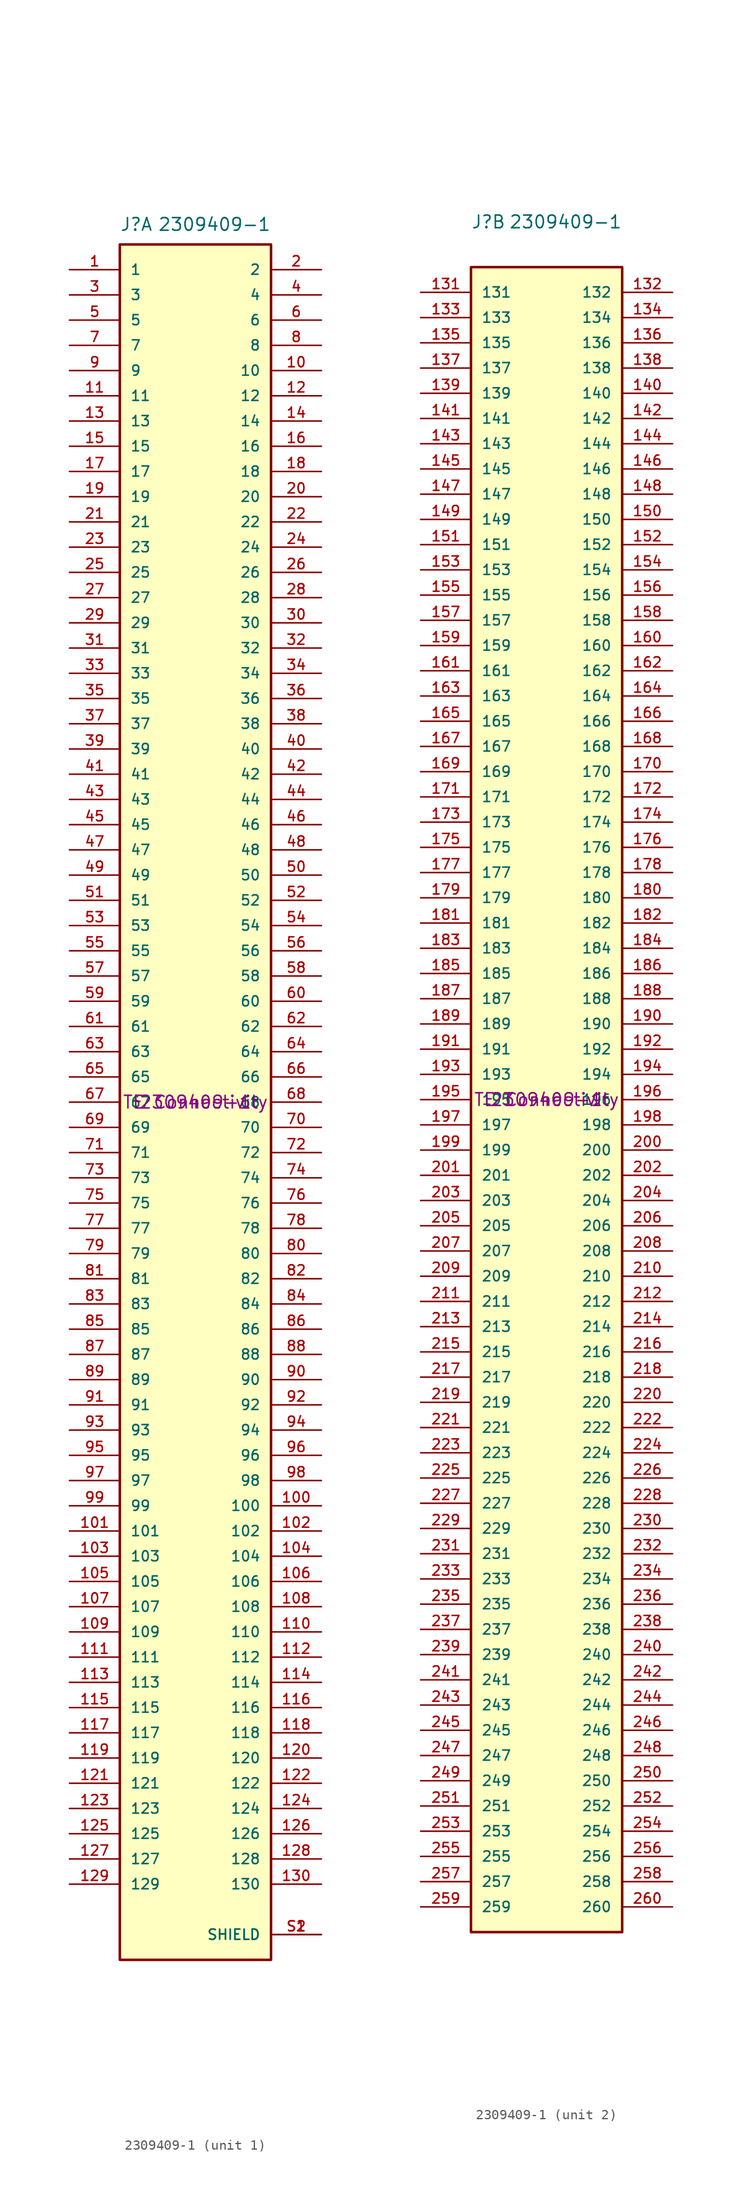
<source format=kicad_sym>
(kicad_symbol_lib
  (version 20211014)
  (generator kicad_symbol_editor)
  (symbol "2309409-1"
    (pin_names
      (offset 1.016))
    (property "Reference" "J"
      (at -7.62 87.63 0)
      (effects (font (size 1.27 1.27)) (justify left bottom)))
    (property "Value" "2309409-1"
      (at -3.81 87.63 0)
      (effects (font (size 1.27 1.27)) (justify left bottom)))
    (property "Manufacturer" "TE Connectivity"
      (at 0 0 0)
      (effects (font (size 1.27 1.27))))
    (property "MPN" "2309409-1"
      (at 0 0 0)
      (effects (font (size 1.27 1.27))))
    (property "ki_locked" ""
      (at 0 0 0)
      (effects (font (size 1.27 1.27))))
    (symbol "2309409-1_1_0"
      (pin passive line (at -12.7 83.82 0) (length 5.08) (name "1" (effects (font (size 1.016 1.016)))) (number "1" (effects (font (size 1.016 1.016)))))
      (pin passive line (at 12.7 73.66 180) (length 5.08) (name "10" (effects (font (size 1.016 1.016)))) (number "10" (effects (font (size 1.016 1.016)))))
      (pin passive line (at 12.7 -40.64 180) (length 5.08) (name "100" (effects (font (size 1.016 1.016)))) (number "100" (effects (font (size 1.016 1.016)))))
      (pin passive line (at -12.7 -43.18 0) (length 5.08) (name "101" (effects (font (size 1.016 1.016)))) (number "101" (effects (font (size 1.016 1.016)))))
      (pin passive line (at 12.7 -43.18 180) (length 5.08) (name "102" (effects (font (size 1.016 1.016)))) (number "102" (effects (font (size 1.016 1.016)))))
      (pin passive line (at -12.7 -45.72 0) (length 5.08) (name "103" (effects (font (size 1.016 1.016)))) (number "103" (effects (font (size 1.016 1.016)))))
      (pin passive line (at 12.7 -45.72 180) (length 5.08) (name "104" (effects (font (size 1.016 1.016)))) (number "104" (effects (font (size 1.016 1.016)))))
      (pin passive line (at -12.7 -48.26 0) (length 5.08) (name "105" (effects (font (size 1.016 1.016)))) (number "105" (effects (font (size 1.016 1.016)))))
      (pin passive line (at 12.7 -48.26 180) (length 5.08) (name "106" (effects (font (size 1.016 1.016)))) (number "106" (effects (font (size 1.016 1.016)))))
      (pin passive line (at -12.7 -50.8 0) (length 5.08) (name "107" (effects (font (size 1.016 1.016)))) (number "107" (effects (font (size 1.016 1.016)))))
      (pin passive line (at 12.7 -50.8 180) (length 5.08) (name "108" (effects (font (size 1.016 1.016)))) (number "108" (effects (font (size 1.016 1.016)))))
      (pin passive line (at -12.7 -53.34 0) (length 5.08) (name "109" (effects (font (size 1.016 1.016)))) (number "109" (effects (font (size 1.016 1.016)))))
      (pin passive line (at -12.7 71.12 0) (length 5.08) (name "11" (effects (font (size 1.016 1.016)))) (number "11" (effects (font (size 1.016 1.016)))))
      (pin passive line (at 12.7 -53.34 180) (length 5.08) (name "110" (effects (font (size 1.016 1.016)))) (number "110" (effects (font (size 1.016 1.016)))))
      (pin passive line (at -12.7 -55.88 0) (length 5.08) (name "111" (effects (font (size 1.016 1.016)))) (number "111" (effects (font (size 1.016 1.016)))))
      (pin passive line (at 12.7 -55.88 180) (length 5.08) (name "112" (effects (font (size 1.016 1.016)))) (number "112" (effects (font (size 1.016 1.016)))))
      (pin passive line (at -12.7 -58.42 0) (length 5.08) (name "113" (effects (font (size 1.016 1.016)))) (number "113" (effects (font (size 1.016 1.016)))))
      (pin passive line (at 12.7 -58.42 180) (length 5.08) (name "114" (effects (font (size 1.016 1.016)))) (number "114" (effects (font (size 1.016 1.016)))))
      (pin passive line (at -12.7 -60.96 0) (length 5.08) (name "115" (effects (font (size 1.016 1.016)))) (number "115" (effects (font (size 1.016 1.016)))))
      (pin passive line (at 12.7 -60.96 180) (length 5.08) (name "116" (effects (font (size 1.016 1.016)))) (number "116" (effects (font (size 1.016 1.016)))))
      (pin passive line (at -12.7 -63.5 0) (length 5.08) (name "117" (effects (font (size 1.016 1.016)))) (number "117" (effects (font (size 1.016 1.016)))))
      (pin passive line (at 12.7 -63.5 180) (length 5.08) (name "118" (effects (font (size 1.016 1.016)))) (number "118" (effects (font (size 1.016 1.016)))))
      (pin passive line (at -12.7 -66.04 0) (length 5.08) (name "119" (effects (font (size 1.016 1.016)))) (number "119" (effects (font (size 1.016 1.016)))))
      (pin passive line (at 12.7 71.12 180) (length 5.08) (name "12" (effects (font (size 1.016 1.016)))) (number "12" (effects (font (size 1.016 1.016)))))
      (pin passive line (at 12.7 -66.04 180) (length 5.08) (name "120" (effects (font (size 1.016 1.016)))) (number "120" (effects (font (size 1.016 1.016)))))
      (pin passive line (at -12.7 -68.58 0) (length 5.08) (name "121" (effects (font (size 1.016 1.016)))) (number "121" (effects (font (size 1.016 1.016)))))
      (pin passive line (at 12.7 -68.58 180) (length 5.08) (name "122" (effects (font (size 1.016 1.016)))) (number "122" (effects (font (size 1.016 1.016)))))
      (pin passive line (at -12.7 -71.12 0) (length 5.08) (name "123" (effects (font (size 1.016 1.016)))) (number "123" (effects (font (size 1.016 1.016)))))
      (pin passive line (at 12.7 -71.12 180) (length 5.08) (name "124" (effects (font (size 1.016 1.016)))) (number "124" (effects (font (size 1.016 1.016)))))
      (pin passive line (at -12.7 -73.66 0) (length 5.08) (name "125" (effects (font (size 1.016 1.016)))) (number "125" (effects (font (size 1.016 1.016)))))
      (pin passive line (at 12.7 -73.66 180) (length 5.08) (name "126" (effects (font (size 1.016 1.016)))) (number "126" (effects (font (size 1.016 1.016)))))
      (pin passive line (at -12.7 -76.2 0) (length 5.08) (name "127" (effects (font (size 1.016 1.016)))) (number "127" (effects (font (size 1.016 1.016)))))
      (pin passive line (at 12.7 -76.2 180) (length 5.08) (name "128" (effects (font (size 1.016 1.016)))) (number "128" (effects (font (size 1.016 1.016)))))
      (pin passive line (at -12.7 -78.74 0) (length 5.08) (name "129" (effects (font (size 1.016 1.016)))) (number "129" (effects (font (size 1.016 1.016)))))
      (pin passive line (at -12.7 68.58 0) (length 5.08) (name "13" (effects (font (size 1.016 1.016)))) (number "13" (effects (font (size 1.016 1.016)))))
      (pin passive line (at 12.7 -78.74 180) (length 5.08) (name "130" (effects (font (size 1.016 1.016)))) (number "130" (effects (font (size 1.016 1.016)))))
      (pin passive line (at 12.7 68.58 180) (length 5.08) (name "14" (effects (font (size 1.016 1.016)))) (number "14" (effects (font (size 1.016 1.016)))))
      (pin passive line (at -12.7 66.04 0) (length 5.08) (name "15" (effects (font (size 1.016 1.016)))) (number "15" (effects (font (size 1.016 1.016)))))
      (pin passive line (at 12.7 66.04 180) (length 5.08) (name "16" (effects (font (size 1.016 1.016)))) (number "16" (effects (font (size 1.016 1.016)))))
      (pin passive line (at -12.7 63.5 0) (length 5.08) (name "17" (effects (font (size 1.016 1.016)))) (number "17" (effects (font (size 1.016 1.016)))))
      (pin passive line (at 12.7 63.5 180) (length 5.08) (name "18" (effects (font (size 1.016 1.016)))) (number "18" (effects (font (size 1.016 1.016)))))
      (pin passive line (at -12.7 60.96 0) (length 5.08) (name "19" (effects (font (size 1.016 1.016)))) (number "19" (effects (font (size 1.016 1.016)))))
      (pin passive line (at 12.7 83.82 180) (length 5.08) (name "2" (effects (font (size 1.016 1.016)))) (number "2" (effects (font (size 1.016 1.016)))))
      (pin passive line (at 12.7 60.96 180) (length 5.08) (name "20" (effects (font (size 1.016 1.016)))) (number "20" (effects (font (size 1.016 1.016)))))
      (pin passive line (at -12.7 58.42 0) (length 5.08) (name "21" (effects (font (size 1.016 1.016)))) (number "21" (effects (font (size 1.016 1.016)))))
      (pin passive line (at 12.7 58.42 180) (length 5.08) (name "22" (effects (font (size 1.016 1.016)))) (number "22" (effects (font (size 1.016 1.016)))))
      (pin passive line (at -12.7 55.88 0) (length 5.08) (name "23" (effects (font (size 1.016 1.016)))) (number "23" (effects (font (size 1.016 1.016)))))
      (pin passive line (at 12.7 55.88 180) (length 5.08) (name "24" (effects (font (size 1.016 1.016)))) (number "24" (effects (font (size 1.016 1.016)))))
      (pin passive line (at -12.7 53.34 0) (length 5.08) (name "25" (effects (font (size 1.016 1.016)))) (number "25" (effects (font (size 1.016 1.016)))))
      (pin passive line (at 12.7 53.34 180) (length 5.08) (name "26" (effects (font (size 1.016 1.016)))) (number "26" (effects (font (size 1.016 1.016)))))
      (pin passive line (at -12.7 50.8 0) (length 5.08) (name "27" (effects (font (size 1.016 1.016)))) (number "27" (effects (font (size 1.016 1.016)))))
      (pin passive line (at 12.7 50.8 180) (length 5.08) (name "28" (effects (font (size 1.016 1.016)))) (number "28" (effects (font (size 1.016 1.016)))))
      (pin passive line (at -12.7 48.26 0) (length 5.08) (name "29" (effects (font (size 1.016 1.016)))) (number "29" (effects (font (size 1.016 1.016)))))
      (pin passive line (at -12.7 81.28 0) (length 5.08) (name "3" (effects (font (size 1.016 1.016)))) (number "3" (effects (font (size 1.016 1.016)))))
      (pin passive line (at 12.7 48.26 180) (length 5.08) (name "30" (effects (font (size 1.016 1.016)))) (number "30" (effects (font (size 1.016 1.016)))))
      (pin passive line (at -12.7 45.72 0) (length 5.08) (name "31" (effects (font (size 1.016 1.016)))) (number "31" (effects (font (size 1.016 1.016)))))
      (pin passive line (at 12.7 45.72 180) (length 5.08) (name "32" (effects (font (size 1.016 1.016)))) (number "32" (effects (font (size 1.016 1.016)))))
      (pin passive line (at -12.7 43.18 0) (length 5.08) (name "33" (effects (font (size 1.016 1.016)))) (number "33" (effects (font (size 1.016 1.016)))))
      (pin passive line (at 12.7 43.18 180) (length 5.08) (name "34" (effects (font (size 1.016 1.016)))) (number "34" (effects (font (size 1.016 1.016)))))
      (pin passive line (at -12.7 40.64 0) (length 5.08) (name "35" (effects (font (size 1.016 1.016)))) (number "35" (effects (font (size 1.016 1.016)))))
      (pin passive line (at 12.7 40.64 180) (length 5.08) (name "36" (effects (font (size 1.016 1.016)))) (number "36" (effects (font (size 1.016 1.016)))))
      (pin passive line (at -12.7 38.1 0) (length 5.08) (name "37" (effects (font (size 1.016 1.016)))) (number "37" (effects (font (size 1.016 1.016)))))
      (pin passive line (at 12.7 38.1 180) (length 5.08) (name "38" (effects (font (size 1.016 1.016)))) (number "38" (effects (font (size 1.016 1.016)))))
      (pin passive line (at -12.7 35.56 0) (length 5.08) (name "39" (effects (font (size 1.016 1.016)))) (number "39" (effects (font (size 1.016 1.016)))))
      (pin passive line (at 12.7 81.28 180) (length 5.08) (name "4" (effects (font (size 1.016 1.016)))) (number "4" (effects (font (size 1.016 1.016)))))
      (pin passive line (at 12.7 35.56 180) (length 5.08) (name "40" (effects (font (size 1.016 1.016)))) (number "40" (effects (font (size 1.016 1.016)))))
      (pin passive line (at -12.7 33.02 0) (length 5.08) (name "41" (effects (font (size 1.016 1.016)))) (number "41" (effects (font (size 1.016 1.016)))))
      (pin passive line (at 12.7 33.02 180) (length 5.08) (name "42" (effects (font (size 1.016 1.016)))) (number "42" (effects (font (size 1.016 1.016)))))
      (pin passive line (at -12.7 30.48 0) (length 5.08) (name "43" (effects (font (size 1.016 1.016)))) (number "43" (effects (font (size 1.016 1.016)))))
      (pin passive line (at 12.7 30.48 180) (length 5.08) (name "44" (effects (font (size 1.016 1.016)))) (number "44" (effects (font (size 1.016 1.016)))))
      (pin passive line (at -12.7 27.94 0) (length 5.08) (name "45" (effects (font (size 1.016 1.016)))) (number "45" (effects (font (size 1.016 1.016)))))
      (pin passive line (at 12.7 27.94 180) (length 5.08) (name "46" (effects (font (size 1.016 1.016)))) (number "46" (effects (font (size 1.016 1.016)))))
      (pin passive line (at -12.7 25.4 0) (length 5.08) (name "47" (effects (font (size 1.016 1.016)))) (number "47" (effects (font (size 1.016 1.016)))))
      (pin passive line (at 12.7 25.4 180) (length 5.08) (name "48" (effects (font (size 1.016 1.016)))) (number "48" (effects (font (size 1.016 1.016)))))
      (pin passive line (at -12.7 22.86 0) (length 5.08) (name "49" (effects (font (size 1.016 1.016)))) (number "49" (effects (font (size 1.016 1.016)))))
      (pin passive line (at -12.7 78.74 0) (length 5.08) (name "5" (effects (font (size 1.016 1.016)))) (number "5" (effects (font (size 1.016 1.016)))))
      (pin passive line (at 12.7 22.86 180) (length 5.08) (name "50" (effects (font (size 1.016 1.016)))) (number "50" (effects (font (size 1.016 1.016)))))
      (pin passive line (at -12.7 20.32 0) (length 5.08) (name "51" (effects (font (size 1.016 1.016)))) (number "51" (effects (font (size 1.016 1.016)))))
      (pin passive line (at 12.7 20.32 180) (length 5.08) (name "52" (effects (font (size 1.016 1.016)))) (number "52" (effects (font (size 1.016 1.016)))))
      (pin passive line (at -12.7 17.78 0) (length 5.08) (name "53" (effects (font (size 1.016 1.016)))) (number "53" (effects (font (size 1.016 1.016)))))
      (pin passive line (at 12.7 17.78 180) (length 5.08) (name "54" (effects (font (size 1.016 1.016)))) (number "54" (effects (font (size 1.016 1.016)))))
      (pin passive line (at -12.7 15.24 0) (length 5.08) (name "55" (effects (font (size 1.016 1.016)))) (number "55" (effects (font (size 1.016 1.016)))))
      (pin passive line (at 12.7 15.24 180) (length 5.08) (name "56" (effects (font (size 1.016 1.016)))) (number "56" (effects (font (size 1.016 1.016)))))
      (pin passive line (at -12.7 12.7 0) (length 5.08) (name "57" (effects (font (size 1.016 1.016)))) (number "57" (effects (font (size 1.016 1.016)))))
      (pin passive line (at 12.7 12.7 180) (length 5.08) (name "58" (effects (font (size 1.016 1.016)))) (number "58" (effects (font (size 1.016 1.016)))))
      (pin passive line (at -12.7 10.16 0) (length 5.08) (name "59" (effects (font (size 1.016 1.016)))) (number "59" (effects (font (size 1.016 1.016)))))
      (pin passive line (at 12.7 78.74 180) (length 5.08) (name "6" (effects (font (size 1.016 1.016)))) (number "6" (effects (font (size 1.016 1.016)))))
      (pin passive line (at 12.7 10.16 180) (length 5.08) (name "60" (effects (font (size 1.016 1.016)))) (number "60" (effects (font (size 1.016 1.016)))))
      (pin passive line (at -12.7 7.62 0) (length 5.08) (name "61" (effects (font (size 1.016 1.016)))) (number "61" (effects (font (size 1.016 1.016)))))
      (pin passive line (at 12.7 7.62 180) (length 5.08) (name "62" (effects (font (size 1.016 1.016)))) (number "62" (effects (font (size 1.016 1.016)))))
      (pin passive line (at -12.7 5.08 0) (length 5.08) (name "63" (effects (font (size 1.016 1.016)))) (number "63" (effects (font (size 1.016 1.016)))))
      (pin passive line (at 12.7 5.08 180) (length 5.08) (name "64" (effects (font (size 1.016 1.016)))) (number "64" (effects (font (size 1.016 1.016)))))
      (pin passive line (at -12.7 2.54 0) (length 5.08) (name "65" (effects (font (size 1.016 1.016)))) (number "65" (effects (font (size 1.016 1.016)))))
      (pin passive line (at 12.7 2.54 180) (length 5.08) (name "66" (effects (font (size 1.016 1.016)))) (number "66" (effects (font (size 1.016 1.016)))))
      (pin passive line (at -12.7 0 0) (length 5.08) (name "67" (effects (font (size 1.016 1.016)))) (number "67" (effects (font (size 1.016 1.016)))))
      (pin passive line (at 12.7 0 180) (length 5.08) (name "68" (effects (font (size 1.016 1.016)))) (number "68" (effects (font (size 1.016 1.016)))))
      (pin passive line (at -12.7 -2.54 0) (length 5.08) (name "69" (effects (font (size 1.016 1.016)))) (number "69" (effects (font (size 1.016 1.016)))))
      (pin passive line (at -12.7 76.2 0) (length 5.08) (name "7" (effects (font (size 1.016 1.016)))) (number "7" (effects (font (size 1.016 1.016)))))
      (pin passive line (at 12.7 -2.54 180) (length 5.08) (name "70" (effects (font (size 1.016 1.016)))) (number "70" (effects (font (size 1.016 1.016)))))
      (pin passive line (at -12.7 -5.08 0) (length 5.08) (name "71" (effects (font (size 1.016 1.016)))) (number "71" (effects (font (size 1.016 1.016)))))
      (pin passive line (at 12.7 -5.08 180) (length 5.08) (name "72" (effects (font (size 1.016 1.016)))) (number "72" (effects (font (size 1.016 1.016)))))
      (pin passive line (at -12.7 -7.62 0) (length 5.08) (name "73" (effects (font (size 1.016 1.016)))) (number "73" (effects (font (size 1.016 1.016)))))
      (pin passive line (at 12.7 -7.62 180) (length 5.08) (name "74" (effects (font (size 1.016 1.016)))) (number "74" (effects (font (size 1.016 1.016)))))
      (pin passive line (at -12.7 -10.16 0) (length 5.08) (name "75" (effects (font (size 1.016 1.016)))) (number "75" (effects (font (size 1.016 1.016)))))
      (pin passive line (at 12.7 -10.16 180) (length 5.08) (name "76" (effects (font (size 1.016 1.016)))) (number "76" (effects (font (size 1.016 1.016)))))
      (pin passive line (at -12.7 -12.7 0) (length 5.08) (name "77" (effects (font (size 1.016 1.016)))) (number "77" (effects (font (size 1.016 1.016)))))
      (pin passive line (at 12.7 -12.7 180) (length 5.08) (name "78" (effects (font (size 1.016 1.016)))) (number "78" (effects (font (size 1.016 1.016)))))
      (pin passive line (at -12.7 -15.24 0) (length 5.08) (name "79" (effects (font (size 1.016 1.016)))) (number "79" (effects (font (size 1.016 1.016)))))
      (pin passive line (at 12.7 76.2 180) (length 5.08) (name "8" (effects (font (size 1.016 1.016)))) (number "8" (effects (font (size 1.016 1.016)))))
      (pin passive line (at 12.7 -15.24 180) (length 5.08) (name "80" (effects (font (size 1.016 1.016)))) (number "80" (effects (font (size 1.016 1.016)))))
      (pin passive line (at -12.7 -17.78 0) (length 5.08) (name "81" (effects (font (size 1.016 1.016)))) (number "81" (effects (font (size 1.016 1.016)))))
      (pin passive line (at 12.7 -17.78 180) (length 5.08) (name "82" (effects (font (size 1.016 1.016)))) (number "82" (effects (font (size 1.016 1.016)))))
      (pin passive line (at -12.7 -20.32 0) (length 5.08) (name "83" (effects (font (size 1.016 1.016)))) (number "83" (effects (font (size 1.016 1.016)))))
      (pin passive line (at 12.7 -20.32 180) (length 5.08) (name "84" (effects (font (size 1.016 1.016)))) (number "84" (effects (font (size 1.016 1.016)))))
      (pin passive line (at -12.7 -22.86 0) (length 5.08) (name "85" (effects (font (size 1.016 1.016)))) (number "85" (effects (font (size 1.016 1.016)))))
      (pin passive line (at 12.7 -22.86 180) (length 5.08) (name "86" (effects (font (size 1.016 1.016)))) (number "86" (effects (font (size 1.016 1.016)))))
      (pin passive line (at -12.7 -25.4 0) (length 5.08) (name "87" (effects (font (size 1.016 1.016)))) (number "87" (effects (font (size 1.016 1.016)))))
      (pin passive line (at 12.7 -25.4 180) (length 5.08) (name "88" (effects (font (size 1.016 1.016)))) (number "88" (effects (font (size 1.016 1.016)))))
      (pin passive line (at -12.7 -27.94 0) (length 5.08) (name "89" (effects (font (size 1.016 1.016)))) (number "89" (effects (font (size 1.016 1.016)))))
      (pin passive line (at -12.7 73.66 0) (length 5.08) (name "9" (effects (font (size 1.016 1.016)))) (number "9" (effects (font (size 1.016 1.016)))))
      (pin passive line (at 12.7 -27.94 180) (length 5.08) (name "90" (effects (font (size 1.016 1.016)))) (number "90" (effects (font (size 1.016 1.016)))))
      (pin passive line (at -12.7 -30.48 0) (length 5.08) (name "91" (effects (font (size 1.016 1.016)))) (number "91" (effects (font (size 1.016 1.016)))))
      (pin passive line (at 12.7 -30.48 180) (length 5.08) (name "92" (effects (font (size 1.016 1.016)))) (number "92" (effects (font (size 1.016 1.016)))))
      (pin passive line (at -12.7 -33.02 0) (length 5.08) (name "93" (effects (font (size 1.016 1.016)))) (number "93" (effects (font (size 1.016 1.016)))))
      (pin passive line (at 12.7 -33.02 180) (length 5.08) (name "94" (effects (font (size 1.016 1.016)))) (number "94" (effects (font (size 1.016 1.016)))))
      (pin passive line (at -12.7 -35.56 0) (length 5.08) (name "95" (effects (font (size 1.016 1.016)))) (number "95" (effects (font (size 1.016 1.016)))))
      (pin passive line (at 12.7 -35.56 180) (length 5.08) (name "96" (effects (font (size 1.016 1.016)))) (number "96" (effects (font (size 1.016 1.016)))))
      (pin passive line (at -12.7 -38.1 0) (length 5.08) (name "97" (effects (font (size 1.016 1.016)))) (number "97" (effects (font (size 1.016 1.016)))))
      (pin passive line (at 12.7 -38.1 180) (length 5.08) (name "98" (effects (font (size 1.016 1.016)))) (number "98" (effects (font (size 1.016 1.016)))))
      (pin passive line (at -12.7 -40.64 0) (length 5.08) (name "99" (effects (font (size 1.016 1.016)))) (number "99" (effects (font (size 1.016 1.016)))))
      (pin passive line (at 12.7 -83.82 180) (length 5.08) (name "SHIELD" (effects (font (size 1.016 1.016)))) (number "S1" (effects (font (size 1.016 1.016)))))
      (pin passive line (at 12.7 -83.82 180) (length 5.08) (name "SHIELD" (effects (font (size 1.016 1.016)))) (number "S2" (effects (font (size 1.016 1.016))))))
    (symbol "2309409-1_1_1"
      (rectangle (start -7.62 86.36) (end 7.62 -86.36) (stroke (width 0.254) (type default) (color 0 0 0 0)) (fill (type background))))
    (symbol "2309409-1_2_0"
      (rectangle (start -7.62 83.82) (end 7.62 -83.82) (stroke (width 0.254) (type default) (color 0 0 0 0)) (fill (type background)))
      (pin passive line (at -12.7 81.28 0) (length 5.08) (name "131" (effects (font (size 1.016 1.016)))) (number "131" (effects (font (size 1.016 1.016)))))
      (pin passive line (at 12.7 81.28 180) (length 5.08) (name "132" (effects (font (size 1.016 1.016)))) (number "132" (effects (font (size 1.016 1.016)))))
      (pin passive line (at -12.7 78.74 0) (length 5.08) (name "133" (effects (font (size 1.016 1.016)))) (number "133" (effects (font (size 1.016 1.016)))))
      (pin passive line (at 12.7 78.74 180) (length 5.08) (name "134" (effects (font (size 1.016 1.016)))) (number "134" (effects (font (size 1.016 1.016)))))
      (pin passive line (at -12.7 76.2 0) (length 5.08) (name "135" (effects (font (size 1.016 1.016)))) (number "135" (effects (font (size 1.016 1.016)))))
      (pin passive line (at 12.7 76.2 180) (length 5.08) (name "136" (effects (font (size 1.016 1.016)))) (number "136" (effects (font (size 1.016 1.016)))))
      (pin passive line (at -12.7 73.66 0) (length 5.08) (name "137" (effects (font (size 1.016 1.016)))) (number "137" (effects (font (size 1.016 1.016)))))
      (pin passive line (at 12.7 73.66 180) (length 5.08) (name "138" (effects (font (size 1.016 1.016)))) (number "138" (effects (font (size 1.016 1.016)))))
      (pin passive line (at -12.7 71.12 0) (length 5.08) (name "139" (effects (font (size 1.016 1.016)))) (number "139" (effects (font (size 1.016 1.016)))))
      (pin passive line (at 12.7 71.12 180) (length 5.08) (name "140" (effects (font (size 1.016 1.016)))) (number "140" (effects (font (size 1.016 1.016)))))
      (pin passive line (at -12.7 68.58 0) (length 5.08) (name "141" (effects (font (size 1.016 1.016)))) (number "141" (effects (font (size 1.016 1.016)))))
      (pin passive line (at 12.7 68.58 180) (length 5.08) (name "142" (effects (font (size 1.016 1.016)))) (number "142" (effects (font (size 1.016 1.016)))))
      (pin passive line (at -12.7 66.04 0) (length 5.08) (name "143" (effects (font (size 1.016 1.016)))) (number "143" (effects (font (size 1.016 1.016)))))
      (pin passive line (at 12.7 66.04 180) (length 5.08) (name "144" (effects (font (size 1.016 1.016)))) (number "144" (effects (font (size 1.016 1.016)))))
      (pin passive line (at -12.7 63.5 0) (length 5.08) (name "145" (effects (font (size 1.016 1.016)))) (number "145" (effects (font (size 1.016 1.016)))))
      (pin passive line (at 12.7 63.5 180) (length 5.08) (name "146" (effects (font (size 1.016 1.016)))) (number "146" (effects (font (size 1.016 1.016)))))
      (pin passive line (at -12.7 60.96 0) (length 5.08) (name "147" (effects (font (size 1.016 1.016)))) (number "147" (effects (font (size 1.016 1.016)))))
      (pin passive line (at 12.7 60.96 180) (length 5.08) (name "148" (effects (font (size 1.016 1.016)))) (number "148" (effects (font (size 1.016 1.016)))))
      (pin passive line (at -12.7 58.42 0) (length 5.08) (name "149" (effects (font (size 1.016 1.016)))) (number "149" (effects (font (size 1.016 1.016)))))
      (pin passive line (at 12.7 58.42 180) (length 5.08) (name "150" (effects (font (size 1.016 1.016)))) (number "150" (effects (font (size 1.016 1.016)))))
      (pin passive line (at -12.7 55.88 0) (length 5.08) (name "151" (effects (font (size 1.016 1.016)))) (number "151" (effects (font (size 1.016 1.016)))))
      (pin passive line (at 12.7 55.88 180) (length 5.08) (name "152" (effects (font (size 1.016 1.016)))) (number "152" (effects (font (size 1.016 1.016)))))
      (pin passive line (at -12.7 53.34 0) (length 5.08) (name "153" (effects (font (size 1.016 1.016)))) (number "153" (effects (font (size 1.016 1.016)))))
      (pin passive line (at 12.7 53.34 180) (length 5.08) (name "154" (effects (font (size 1.016 1.016)))) (number "154" (effects (font (size 1.016 1.016)))))
      (pin passive line (at -12.7 50.8 0) (length 5.08) (name "155" (effects (font (size 1.016 1.016)))) (number "155" (effects (font (size 1.016 1.016)))))
      (pin passive line (at 12.7 50.8 180) (length 5.08) (name "156" (effects (font (size 1.016 1.016)))) (number "156" (effects (font (size 1.016 1.016)))))
      (pin passive line (at -12.7 48.26 0) (length 5.08) (name "157" (effects (font (size 1.016 1.016)))) (number "157" (effects (font (size 1.016 1.016)))))
      (pin passive line (at 12.7 48.26 180) (length 5.08) (name "158" (effects (font (size 1.016 1.016)))) (number "158" (effects (font (size 1.016 1.016)))))
      (pin passive line (at -12.7 45.72 0) (length 5.08) (name "159" (effects (font (size 1.016 1.016)))) (number "159" (effects (font (size 1.016 1.016)))))
      (pin passive line (at 12.7 45.72 180) (length 5.08) (name "160" (effects (font (size 1.016 1.016)))) (number "160" (effects (font (size 1.016 1.016)))))
      (pin passive line (at -12.7 43.18 0) (length 5.08) (name "161" (effects (font (size 1.016 1.016)))) (number "161" (effects (font (size 1.016 1.016)))))
      (pin passive line (at 12.7 43.18 180) (length 5.08) (name "162" (effects (font (size 1.016 1.016)))) (number "162" (effects (font (size 1.016 1.016)))))
      (pin passive line (at -12.7 40.64 0) (length 5.08) (name "163" (effects (font (size 1.016 1.016)))) (number "163" (effects (font (size 1.016 1.016)))))
      (pin passive line (at 12.7 40.64 180) (length 5.08) (name "164" (effects (font (size 1.016 1.016)))) (number "164" (effects (font (size 1.016 1.016)))))
      (pin passive line (at -12.7 38.1 0) (length 5.08) (name "165" (effects (font (size 1.016 1.016)))) (number "165" (effects (font (size 1.016 1.016)))))
      (pin passive line (at 12.7 38.1 180) (length 5.08) (name "166" (effects (font (size 1.016 1.016)))) (number "166" (effects (font (size 1.016 1.016)))))
      (pin passive line (at -12.7 35.56 0) (length 5.08) (name "167" (effects (font (size 1.016 1.016)))) (number "167" (effects (font (size 1.016 1.016)))))
      (pin passive line (at 12.7 35.56 180) (length 5.08) (name "168" (effects (font (size 1.016 1.016)))) (number "168" (effects (font (size 1.016 1.016)))))
      (pin passive line (at -12.7 33.02 0) (length 5.08) (name "169" (effects (font (size 1.016 1.016)))) (number "169" (effects (font (size 1.016 1.016)))))
      (pin passive line (at 12.7 33.02 180) (length 5.08) (name "170" (effects (font (size 1.016 1.016)))) (number "170" (effects (font (size 1.016 1.016)))))
      (pin passive line (at -12.7 30.48 0) (length 5.08) (name "171" (effects (font (size 1.016 1.016)))) (number "171" (effects (font (size 1.016 1.016)))))
      (pin passive line (at 12.7 30.48 180) (length 5.08) (name "172" (effects (font (size 1.016 1.016)))) (number "172" (effects (font (size 1.016 1.016)))))
      (pin passive line (at -12.7 27.94 0) (length 5.08) (name "173" (effects (font (size 1.016 1.016)))) (number "173" (effects (font (size 1.016 1.016)))))
      (pin passive line (at 12.7 27.94 180) (length 5.08) (name "174" (effects (font (size 1.016 1.016)))) (number "174" (effects (font (size 1.016 1.016)))))
      (pin passive line (at -12.7 25.4 0) (length 5.08) (name "175" (effects (font (size 1.016 1.016)))) (number "175" (effects (font (size 1.016 1.016)))))
      (pin passive line (at 12.7 25.4 180) (length 5.08) (name "176" (effects (font (size 1.016 1.016)))) (number "176" (effects (font (size 1.016 1.016)))))
      (pin passive line (at -12.7 22.86 0) (length 5.08) (name "177" (effects (font (size 1.016 1.016)))) (number "177" (effects (font (size 1.016 1.016)))))
      (pin passive line (at 12.7 22.86 180) (length 5.08) (name "178" (effects (font (size 1.016 1.016)))) (number "178" (effects (font (size 1.016 1.016)))))
      (pin passive line (at -12.7 20.32 0) (length 5.08) (name "179" (effects (font (size 1.016 1.016)))) (number "179" (effects (font (size 1.016 1.016)))))
      (pin passive line (at 12.7 20.32 180) (length 5.08) (name "180" (effects (font (size 1.016 1.016)))) (number "180" (effects (font (size 1.016 1.016)))))
      (pin passive line (at -12.7 17.78 0) (length 5.08) (name "181" (effects (font (size 1.016 1.016)))) (number "181" (effects (font (size 1.016 1.016)))))
      (pin passive line (at 12.7 17.78 180) (length 5.08) (name "182" (effects (font (size 1.016 1.016)))) (number "182" (effects (font (size 1.016 1.016)))))
      (pin passive line (at -12.7 15.24 0) (length 5.08) (name "183" (effects (font (size 1.016 1.016)))) (number "183" (effects (font (size 1.016 1.016)))))
      (pin passive line (at 12.7 15.24 180) (length 5.08) (name "184" (effects (font (size 1.016 1.016)))) (number "184" (effects (font (size 1.016 1.016)))))
      (pin passive line (at -12.7 12.7 0) (length 5.08) (name "185" (effects (font (size 1.016 1.016)))) (number "185" (effects (font (size 1.016 1.016)))))
      (pin passive line (at 12.7 12.7 180) (length 5.08) (name "186" (effects (font (size 1.016 1.016)))) (number "186" (effects (font (size 1.016 1.016)))))
      (pin passive line (at -12.7 10.16 0) (length 5.08) (name "187" (effects (font (size 1.016 1.016)))) (number "187" (effects (font (size 1.016 1.016)))))
      (pin passive line (at 12.7 10.16 180) (length 5.08) (name "188" (effects (font (size 1.016 1.016)))) (number "188" (effects (font (size 1.016 1.016)))))
      (pin passive line (at -12.7 7.62 0) (length 5.08) (name "189" (effects (font (size 1.016 1.016)))) (number "189" (effects (font (size 1.016 1.016)))))
      (pin passive line (at 12.7 7.62 180) (length 5.08) (name "190" (effects (font (size 1.016 1.016)))) (number "190" (effects (font (size 1.016 1.016)))))
      (pin passive line (at -12.7 5.08 0) (length 5.08) (name "191" (effects (font (size 1.016 1.016)))) (number "191" (effects (font (size 1.016 1.016)))))
      (pin passive line (at 12.7 5.08 180) (length 5.08) (name "192" (effects (font (size 1.016 1.016)))) (number "192" (effects (font (size 1.016 1.016)))))
      (pin passive line (at -12.7 2.54 0) (length 5.08) (name "193" (effects (font (size 1.016 1.016)))) (number "193" (effects (font (size 1.016 1.016)))))
      (pin passive line (at 12.7 2.54 180) (length 5.08) (name "194" (effects (font (size 1.016 1.016)))) (number "194" (effects (font (size 1.016 1.016)))))
      (pin passive line (at -12.7 0 0) (length 5.08) (name "195" (effects (font (size 1.016 1.016)))) (number "195" (effects (font (size 1.016 1.016)))))
      (pin passive line (at 12.7 0 180) (length 5.08) (name "196" (effects (font (size 1.016 1.016)))) (number "196" (effects (font (size 1.016 1.016)))))
      (pin passive line (at -12.7 -2.54 0) (length 5.08) (name "197" (effects (font (size 1.016 1.016)))) (number "197" (effects (font (size 1.016 1.016)))))
      (pin passive line (at 12.7 -2.54 180) (length 5.08) (name "198" (effects (font (size 1.016 1.016)))) (number "198" (effects (font (size 1.016 1.016)))))
      (pin passive line (at -12.7 -5.08 0) (length 5.08) (name "199" (effects (font (size 1.016 1.016)))) (number "199" (effects (font (size 1.016 1.016)))))
      (pin passive line (at 12.7 -5.08 180) (length 5.08) (name "200" (effects (font (size 1.016 1.016)))) (number "200" (effects (font (size 1.016 1.016)))))
      (pin passive line (at -12.7 -7.62 0) (length 5.08) (name "201" (effects (font (size 1.016 1.016)))) (number "201" (effects (font (size 1.016 1.016)))))
      (pin passive line (at 12.7 -7.62 180) (length 5.08) (name "202" (effects (font (size 1.016 1.016)))) (number "202" (effects (font (size 1.016 1.016)))))
      (pin passive line (at -12.7 -10.16 0) (length 5.08) (name "203" (effects (font (size 1.016 1.016)))) (number "203" (effects (font (size 1.016 1.016)))))
      (pin passive line (at 12.7 -10.16 180) (length 5.08) (name "204" (effects (font (size 1.016 1.016)))) (number "204" (effects (font (size 1.016 1.016)))))
      (pin passive line (at -12.7 -12.7 0) (length 5.08) (name "205" (effects (font (size 1.016 1.016)))) (number "205" (effects (font (size 1.016 1.016)))))
      (pin passive line (at 12.7 -12.7 180) (length 5.08) (name "206" (effects (font (size 1.016 1.016)))) (number "206" (effects (font (size 1.016 1.016)))))
      (pin passive line (at -12.7 -15.24 0) (length 5.08) (name "207" (effects (font (size 1.016 1.016)))) (number "207" (effects (font (size 1.016 1.016)))))
      (pin passive line (at 12.7 -15.24 180) (length 5.08) (name "208" (effects (font (size 1.016 1.016)))) (number "208" (effects (font (size 1.016 1.016)))))
      (pin passive line (at -12.7 -17.78 0) (length 5.08) (name "209" (effects (font (size 1.016 1.016)))) (number "209" (effects (font (size 1.016 1.016)))))
      (pin passive line (at 12.7 -17.78 180) (length 5.08) (name "210" (effects (font (size 1.016 1.016)))) (number "210" (effects (font (size 1.016 1.016)))))
      (pin passive line (at -12.7 -20.32 0) (length 5.08) (name "211" (effects (font (size 1.016 1.016)))) (number "211" (effects (font (size 1.016 1.016)))))
      (pin passive line (at 12.7 -20.32 180) (length 5.08) (name "212" (effects (font (size 1.016 1.016)))) (number "212" (effects (font (size 1.016 1.016)))))
      (pin passive line (at -12.7 -22.86 0) (length 5.08) (name "213" (effects (font (size 1.016 1.016)))) (number "213" (effects (font (size 1.016 1.016)))))
      (pin passive line (at 12.7 -22.86 180) (length 5.08) (name "214" (effects (font (size 1.016 1.016)))) (number "214" (effects (font (size 1.016 1.016)))))
      (pin passive line (at -12.7 -25.4 0) (length 5.08) (name "215" (effects (font (size 1.016 1.016)))) (number "215" (effects (font (size 1.016 1.016)))))
      (pin passive line (at 12.7 -25.4 180) (length 5.08) (name "216" (effects (font (size 1.016 1.016)))) (number "216" (effects (font (size 1.016 1.016)))))
      (pin passive line (at -12.7 -27.94 0) (length 5.08) (name "217" (effects (font (size 1.016 1.016)))) (number "217" (effects (font (size 1.016 1.016)))))
      (pin passive line (at 12.7 -27.94 180) (length 5.08) (name "218" (effects (font (size 1.016 1.016)))) (number "218" (effects (font (size 1.016 1.016)))))
      (pin passive line (at -12.7 -30.48 0) (length 5.08) (name "219" (effects (font (size 1.016 1.016)))) (number "219" (effects (font (size 1.016 1.016)))))
      (pin passive line (at 12.7 -30.48 180) (length 5.08) (name "220" (effects (font (size 1.016 1.016)))) (number "220" (effects (font (size 1.016 1.016)))))
      (pin passive line (at -12.7 -33.02 0) (length 5.08) (name "221" (effects (font (size 1.016 1.016)))) (number "221" (effects (font (size 1.016 1.016)))))
      (pin passive line (at 12.7 -33.02 180) (length 5.08) (name "222" (effects (font (size 1.016 1.016)))) (number "222" (effects (font (size 1.016 1.016)))))
      (pin passive line (at -12.7 -35.56 0) (length 5.08) (name "223" (effects (font (size 1.016 1.016)))) (number "223" (effects (font (size 1.016 1.016)))))
      (pin passive line (at 12.7 -35.56 180) (length 5.08) (name "224" (effects (font (size 1.016 1.016)))) (number "224" (effects (font (size 1.016 1.016)))))
      (pin passive line (at -12.7 -38.1 0) (length 5.08) (name "225" (effects (font (size 1.016 1.016)))) (number "225" (effects (font (size 1.016 1.016)))))
      (pin passive line (at 12.7 -38.1 180) (length 5.08) (name "226" (effects (font (size 1.016 1.016)))) (number "226" (effects (font (size 1.016 1.016)))))
      (pin passive line (at -12.7 -40.64 0) (length 5.08) (name "227" (effects (font (size 1.016 1.016)))) (number "227" (effects (font (size 1.016 1.016)))))
      (pin passive line (at 12.7 -40.64 180) (length 5.08) (name "228" (effects (font (size 1.016 1.016)))) (number "228" (effects (font (size 1.016 1.016)))))
      (pin passive line (at -12.7 -43.18 0) (length 5.08) (name "229" (effects (font (size 1.016 1.016)))) (number "229" (effects (font (size 1.016 1.016)))))
      (pin passive line (at 12.7 -43.18 180) (length 5.08) (name "230" (effects (font (size 1.016 1.016)))) (number "230" (effects (font (size 1.016 1.016)))))
      (pin passive line (at -12.7 -45.72 0) (length 5.08) (name "231" (effects (font (size 1.016 1.016)))) (number "231" (effects (font (size 1.016 1.016)))))
      (pin passive line (at 12.7 -45.72 180) (length 5.08) (name "232" (effects (font (size 1.016 1.016)))) (number "232" (effects (font (size 1.016 1.016)))))
      (pin passive line (at -12.7 -48.26 0) (length 5.08) (name "233" (effects (font (size 1.016 1.016)))) (number "233" (effects (font (size 1.016 1.016)))))
      (pin passive line (at 12.7 -48.26 180) (length 5.08) (name "234" (effects (font (size 1.016 1.016)))) (number "234" (effects (font (size 1.016 1.016)))))
      (pin passive line (at -12.7 -50.8 0) (length 5.08) (name "235" (effects (font (size 1.016 1.016)))) (number "235" (effects (font (size 1.016 1.016)))))
      (pin passive line (at 12.7 -50.8 180) (length 5.08) (name "236" (effects (font (size 1.016 1.016)))) (number "236" (effects (font (size 1.016 1.016)))))
      (pin passive line (at -12.7 -53.34 0) (length 5.08) (name "237" (effects (font (size 1.016 1.016)))) (number "237" (effects (font (size 1.016 1.016)))))
      (pin passive line (at 12.7 -53.34 180) (length 5.08) (name "238" (effects (font (size 1.016 1.016)))) (number "238" (effects (font (size 1.016 1.016)))))
      (pin passive line (at -12.7 -55.88 0) (length 5.08) (name "239" (effects (font (size 1.016 1.016)))) (number "239" (effects (font (size 1.016 1.016)))))
      (pin passive line (at 12.7 -55.88 180) (length 5.08) (name "240" (effects (font (size 1.016 1.016)))) (number "240" (effects (font (size 1.016 1.016)))))
      (pin passive line (at -12.7 -58.42 0) (length 5.08) (name "241" (effects (font (size 1.016 1.016)))) (number "241" (effects (font (size 1.016 1.016)))))
      (pin passive line (at 12.7 -58.42 180) (length 5.08) (name "242" (effects (font (size 1.016 1.016)))) (number "242" (effects (font (size 1.016 1.016)))))
      (pin passive line (at -12.7 -60.96 0) (length 5.08) (name "243" (effects (font (size 1.016 1.016)))) (number "243" (effects (font (size 1.016 1.016)))))
      (pin passive line (at 12.7 -60.96 180) (length 5.08) (name "244" (effects (font (size 1.016 1.016)))) (number "244" (effects (font (size 1.016 1.016)))))
      (pin passive line (at -12.7 -63.5 0) (length 5.08) (name "245" (effects (font (size 1.016 1.016)))) (number "245" (effects (font (size 1.016 1.016)))))
      (pin passive line (at 12.7 -63.5 180) (length 5.08) (name "246" (effects (font (size 1.016 1.016)))) (number "246" (effects (font (size 1.016 1.016)))))
      (pin passive line (at -12.7 -66.04 0) (length 5.08) (name "247" (effects (font (size 1.016 1.016)))) (number "247" (effects (font (size 1.016 1.016)))))
      (pin passive line (at 12.7 -66.04 180) (length 5.08) (name "248" (effects (font (size 1.016 1.016)))) (number "248" (effects (font (size 1.016 1.016)))))
      (pin passive line (at -12.7 -68.58 0) (length 5.08) (name "249" (effects (font (size 1.016 1.016)))) (number "249" (effects (font (size 1.016 1.016)))))
      (pin passive line (at 12.7 -68.58 180) (length 5.08) (name "250" (effects (font (size 1.016 1.016)))) (number "250" (effects (font (size 1.016 1.016)))))
      (pin passive line (at -12.7 -71.12 0) (length 5.08) (name "251" (effects (font (size 1.016 1.016)))) (number "251" (effects (font (size 1.016 1.016)))))
      (pin passive line (at 12.7 -71.12 180) (length 5.08) (name "252" (effects (font (size 1.016 1.016)))) (number "252" (effects (font (size 1.016 1.016)))))
      (pin passive line (at -12.7 -73.66 0) (length 5.08) (name "253" (effects (font (size 1.016 1.016)))) (number "253" (effects (font (size 1.016 1.016)))))
      (pin passive line (at 12.7 -73.66 180) (length 5.08) (name "254" (effects (font (size 1.016 1.016)))) (number "254" (effects (font (size 1.016 1.016)))))
      (pin passive line (at -12.7 -76.2 0) (length 5.08) (name "255" (effects (font (size 1.016 1.016)))) (number "255" (effects (font (size 1.016 1.016)))))
      (pin passive line (at 12.7 -76.2 180) (length 5.08) (name "256" (effects (font (size 1.016 1.016)))) (number "256" (effects (font (size 1.016 1.016)))))
      (pin passive line (at -12.7 -78.74 0) (length 5.08) (name "257" (effects (font (size 1.016 1.016)))) (number "257" (effects (font (size 1.016 1.016)))))
      (pin passive line (at 12.7 -78.74 180) (length 5.08) (name "258" (effects (font (size 1.016 1.016)))) (number "258" (effects (font (size 1.016 1.016)))))
      (pin passive line (at -12.7 -81.28 0) (length 5.08) (name "259" (effects (font (size 1.016 1.016)))) (number "259" (effects (font (size 1.016 1.016)))))
      (pin passive line (at 12.7 -81.28 180) (length 5.08) (name "260" (effects (font (size 1.016 1.016)))) (number "260" (effects (font (size 1.016 1.016))))))))
</source>
